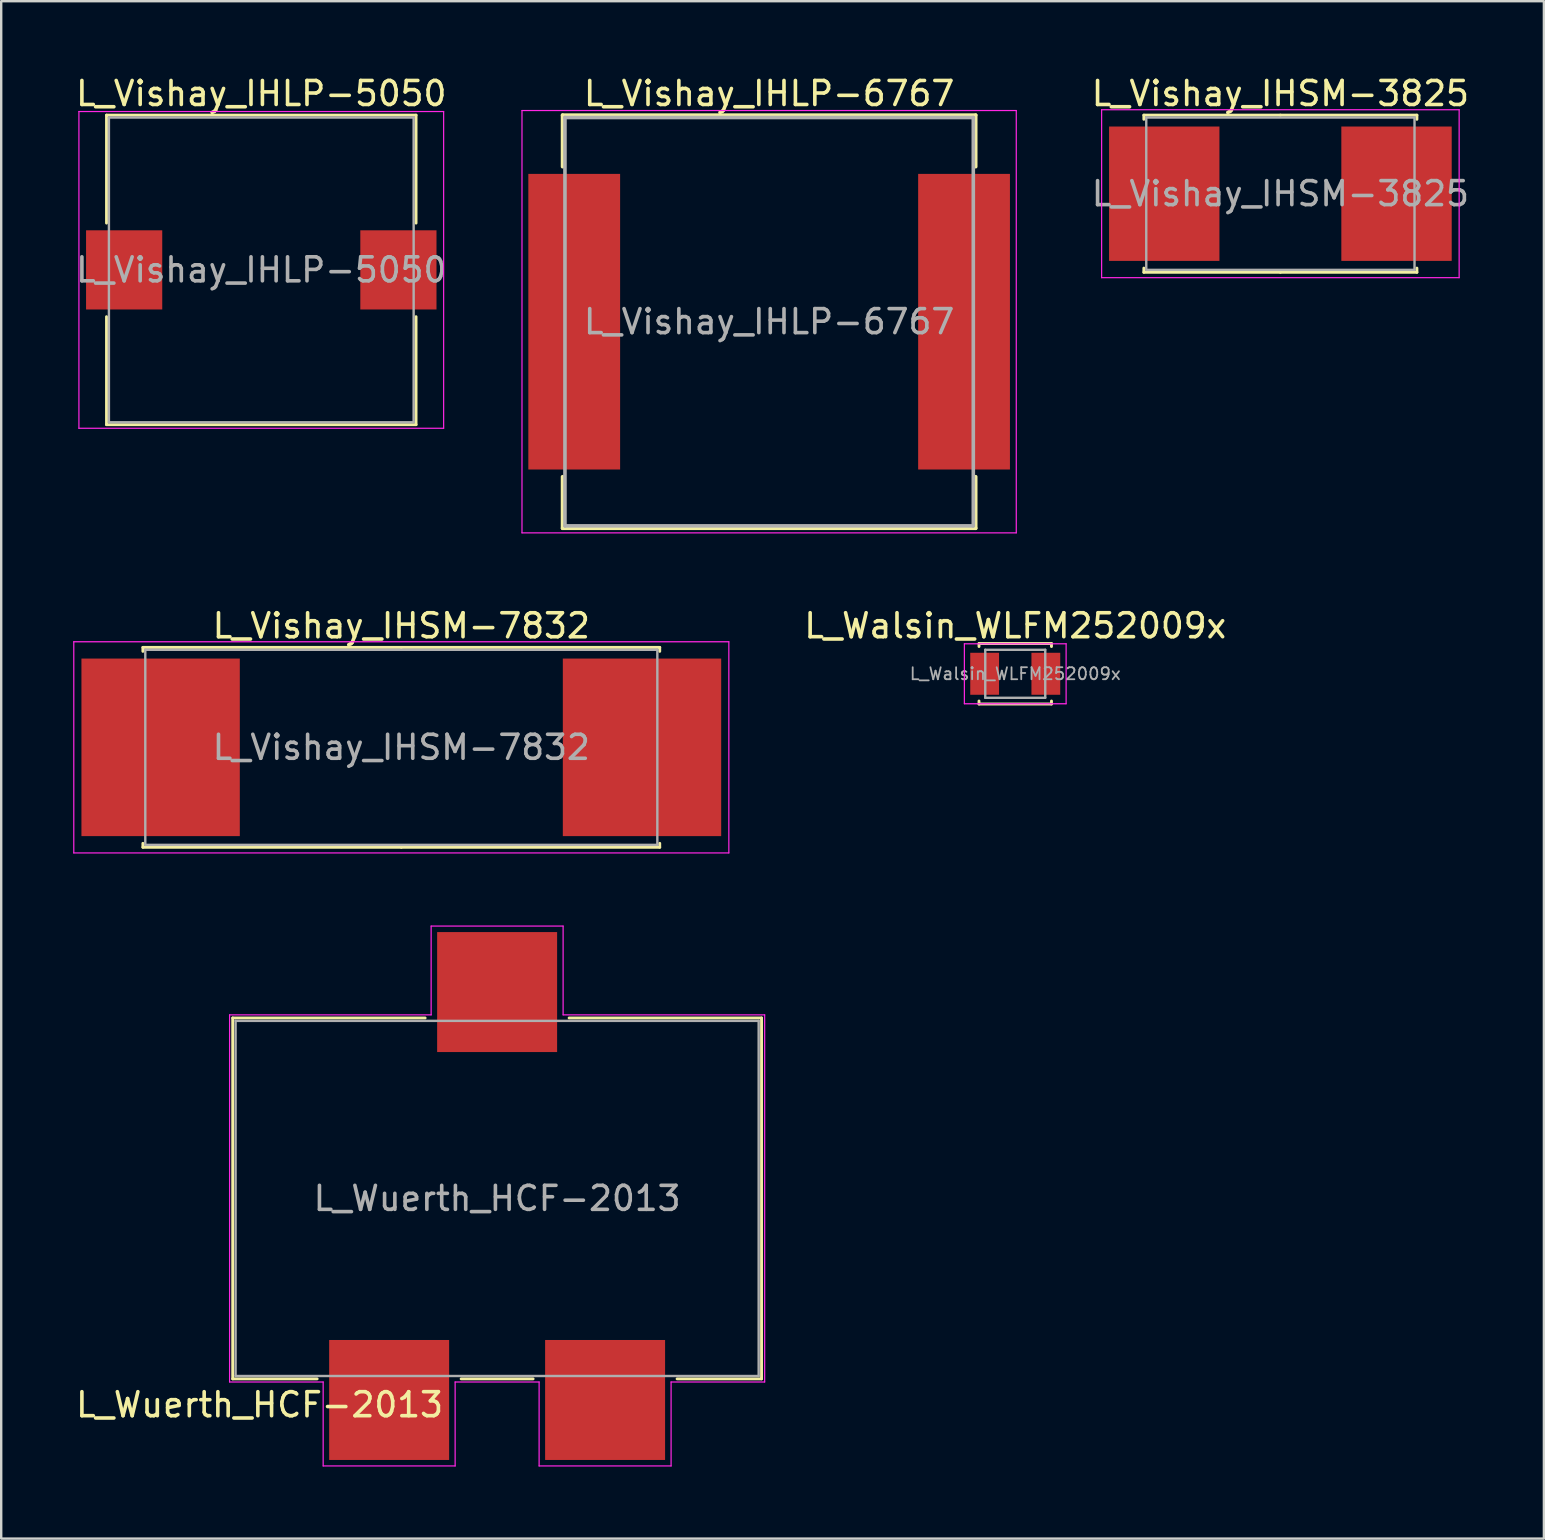
<source format=kicad_pcb>
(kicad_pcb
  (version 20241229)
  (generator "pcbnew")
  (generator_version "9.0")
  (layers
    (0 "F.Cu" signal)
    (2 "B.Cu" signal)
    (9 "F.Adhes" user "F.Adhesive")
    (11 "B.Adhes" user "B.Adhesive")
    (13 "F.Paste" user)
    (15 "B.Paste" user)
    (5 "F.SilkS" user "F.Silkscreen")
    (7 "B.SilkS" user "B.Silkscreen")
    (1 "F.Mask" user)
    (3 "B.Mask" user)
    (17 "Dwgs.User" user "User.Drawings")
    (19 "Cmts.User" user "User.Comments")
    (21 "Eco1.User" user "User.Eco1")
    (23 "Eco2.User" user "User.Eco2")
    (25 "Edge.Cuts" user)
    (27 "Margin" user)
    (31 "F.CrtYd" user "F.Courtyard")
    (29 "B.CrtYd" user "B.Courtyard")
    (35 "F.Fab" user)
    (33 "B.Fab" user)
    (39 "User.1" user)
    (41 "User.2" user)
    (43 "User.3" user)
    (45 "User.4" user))
  (footprint "L_Walsin_WLFM252009x"
    (layer "F.Cu")
    (at 39.261 25.03)
    (property "Reference" "L_Walsin_WLFM252009x" (at 0 -2 0) (layer "F.SilkS") (effects (font (size 1 1) (thickness 0.15))))
    (attr smd)
    (fp_line (start -1.51 -1.26) (end -1.51 -1.135) (stroke (width 0.12) (type solid)) (layer "F.SilkS"))
    (fp_line (start -1.51 -1.26) (end 1.51 -1.26) (stroke (width 0.12) (type solid)) (layer "F.SilkS"))
    (fp_line (start -1.51 1.26) (end -1.51 1.135) (stroke (width 0.12) (type solid)) (layer "F.SilkS"))
    (fp_line (start -1.51 1.26) (end 1.51 1.26) (stroke (width 0.12) (type solid)) (layer "F.SilkS"))
    (fp_line (start 1.51 -1.26) (end 1.51 -1.135) (stroke (width 0.12) (type solid)) (layer "F.SilkS"))
    (fp_line (start 1.51 1.26) (end 1.51 1.135) (stroke (width 0.12) (type solid)) (layer "F.SilkS"))
    (fp_line (start -2.12 -1.25) (end -2.12 1.25) (stroke (width 0.05) (type solid)) (layer "F.CrtYd"))
    (fp_line (start -2.12 1.25) (end 2.12 1.25) (stroke (width 0.05) (type solid)) (layer "F.CrtYd"))
    (fp_line (start 2.12 -1.25) (end -2.12 -1.25) (stroke (width 0.05) (type solid)) (layer "F.CrtYd"))
    (fp_line (start 2.12 1.25) (end 2.12 -1.25) (stroke (width 0.05) (type solid)) (layer "F.CrtYd"))
    (fp_line (start -1.25 -1) (end -1.25 1) (stroke (width 0.1) (type solid)) (layer "F.Fab"))
    (fp_line (start -1.25 1) (end 1.25 1) (stroke (width 0.1) (type solid)) (layer "F.Fab"))
    (fp_line (start 1.25 -1) (end -1.25 -1) (stroke (width 0.1) (type solid)) (layer "F.Fab"))
    (fp_line (start 1.25 1) (end 1.25 -1) (stroke (width 0.1) (type solid)) (layer "F.Fab"))
    (fp_text user "${REFERENCE}" (at 0 0 0) (layer "F.Fab") (effects (font (size 0.5 0.5) (thickness 0.075))))
    (pad "1" smd rect (at -1.275 0) (size 1.2 1.75) (layers "F.Cu" "F.Mask" "F.Paste"))
    (pad "2" smd rect (at 1.275 0) (size 1.2 1.75) (layers "F.Cu" "F.Mask" "F.Paste")))
  (footprint "L_Vishay_IHLP-5050"
    (layer "F.Cu")
    (at 7.839 8.198)
    (property "Reference" "L_Vishay_IHLP-5050" (at 0 -7.35 0) (layer "F.SilkS") (effects (font (size 1 1) (thickness 0.15))))
    (attr smd)
    (fp_line (start -6.45 -6.45) (end 6.45 -6.45) (stroke (width 0.12) (type solid)) (layer "F.SilkS"))
    (fp_line (start -6.45 -1.95) (end -6.45 -6.45) (stroke (width 0.12) (type solid)) (layer "F.SilkS"))
    (fp_line (start -6.45 1.95) (end -6.45 6.45) (stroke (width 0.12) (type solid)) (layer "F.SilkS"))
    (fp_line (start -6.45 6.45) (end 6.45 6.45) (stroke (width 0.12) (type solid)) (layer "F.SilkS"))
    (fp_line (start 6.45 -6.45) (end 6.45 -1.95) (stroke (width 0.12) (type solid)) (layer "F.SilkS"))
    (fp_line (start 6.45 6.45) (end 6.45 1.95) (stroke (width 0.12) (type solid)) (layer "F.SilkS"))
    (fp_line (start -7.6 -6.6) (end -7.6 6.6) (stroke (width 0.05) (type solid)) (layer "F.CrtYd"))
    (fp_line (start -7.6 6.6) (end 7.6 6.6) (stroke (width 0.05) (type solid)) (layer "F.CrtYd"))
    (fp_line (start 7.6 -6.6) (end -7.6 -6.6) (stroke (width 0.05) (type solid)) (layer "F.CrtYd"))
    (fp_line (start 7.6 6.6) (end 7.6 -6.6) (stroke (width 0.05) (type solid)) (layer "F.CrtYd"))
    (fp_line (start -6.35 -6.35) (end -6.35 6.35) (stroke (width 0.1) (type solid)) (layer "F.Fab"))
    (fp_line (start -6.35 6.35) (end 6.35 6.35) (stroke (width 0.1) (type solid)) (layer "F.Fab"))
    (fp_line (start 6.35 -6.35) (end -6.35 -6.35) (stroke (width 0.1) (type solid)) (layer "F.Fab"))
    (fp_line (start 6.35 6.35) (end 6.35 -6.35) (stroke (width 0.1) (type solid)) (layer "F.Fab"))
    (fp_text user "${REFERENCE}" (at 0 0 0) (layer "F.Fab") (effects (font (size 1 1) (thickness 0.15))))
    (pad "1" smd rect (at -5.715 0) (size 3.175 3.3) (layers "F.Cu" "F.Mask" "F.Paste"))
    (pad "2" smd rect (at 5.715 0) (size 3.175 3.3) (layers "F.Cu" "F.Mask" "F.Paste")))
  (footprint "L_Vishay_IHSM-7832"
    (layer "F.Cu")
    (at 13.675 28.096)
    (property "Reference" "L_Vishay_IHSM-7832" (at 0 -5.065 0) (layer "F.SilkS") (effects (font (size 1 1) (thickness 0.15))))
    (attr smd)
    (fp_line (start -10.77 -4.165) (end 0 -4.165) (stroke (width 0.12) (type solid)) (layer "F.SilkS"))
    (fp_line (start -10.77 -4) (end -10.77 -4.165) (stroke (width 0.12) (type solid)) (layer "F.SilkS"))
    (fp_line (start -10.77 4) (end -10.77 4.165) (stroke (width 0.12) (type solid)) (layer "F.SilkS"))
    (fp_line (start -10.77 4.165) (end 0 4.165) (stroke (width 0.12) (type solid)) (layer "F.SilkS"))
    (fp_line (start 10.77 -4.165) (end 0 -4.165) (stroke (width 0.12) (type solid)) (layer "F.SilkS"))
    (fp_line (start 10.77 -4) (end 10.77 -4.165) (stroke (width 0.12) (type solid)) (layer "F.SilkS"))
    (fp_line (start 10.77 4) (end 10.77 4.165) (stroke (width 0.12) (type solid)) (layer "F.SilkS"))
    (fp_line (start 10.77 4.165) (end 0 4.165) (stroke (width 0.12) (type solid)) (layer "F.SilkS"))
    (fp_line (start -13.65 -4.4) (end -13.65 4.4) (stroke (width 0.05) (type solid)) (layer "F.CrtYd"))
    (fp_line (start -13.65 4.4) (end 13.65 4.4) (stroke (width 0.05) (type solid)) (layer "F.CrtYd"))
    (fp_line (start 13.65 -4.4) (end -13.65 -4.4) (stroke (width 0.05) (type solid)) (layer "F.CrtYd"))
    (fp_line (start 13.65 4.4) (end 13.65 -4.4) (stroke (width 0.05) (type solid)) (layer "F.CrtYd"))
    (fp_line (start -10.67 -4.065) (end -10.67 4.065) (stroke (width 0.1) (type solid)) (layer "F.Fab"))
    (fp_line (start -10.67 4.065) (end 10.67 4.065) (stroke (width 0.1) (type solid)) (layer "F.Fab"))
    (fp_line (start 10.67 -4.065) (end -10.67 -4.065) (stroke (width 0.1) (type solid)) (layer "F.Fab"))
    (fp_line (start 10.67 4.065) (end 10.67 -4.065) (stroke (width 0.1) (type solid)) (layer "F.Fab"))
    (fp_text user "${REFERENCE}" (at 0 0 0) (layer "F.Fab") (effects (font (size 1 1) (thickness 0.15))))
    (pad "1" smd rect (at -10.031 0) (size 6.6 7.4) (layers "F.Cu" "F.Mask" "F.Paste"))
    (pad "2" smd rect (at 10.031 0) (size 6.6 7.4) (layers "F.Cu" "F.Mask" "F.Paste")))
  (footprint "L_Wuerth_HCF-2013"
    (layer "F.Cu")
    (at 17.668 46.895)
    (property "Reference" "L_Wuerth_HCF-2013" (at -9.9 8.6 0) (layer "F.SilkS") (effects (font (size 1 1) (thickness 0.15))))
    (attr smd)
    (fp_line (start -11.02 -7.52) (end -3 -7.52) (stroke (width 0.12) (type solid)) (layer "F.SilkS"))
    (fp_line (start -11.02 7.52) (end -11.02 -7.52) (stroke (width 0.12) (type solid)) (layer "F.SilkS"))
    (fp_line (start -7.5 7.52) (end -11.02 7.52) (stroke (width 0.12) (type solid)) (layer "F.SilkS"))
    (fp_line (start 1.5 7.52) (end -1.5 7.52) (stroke (width 0.12) (type solid)) (layer "F.SilkS"))
    (fp_line (start 3 -7.52) (end 11.02 -7.52) (stroke (width 0.12) (type solid)) (layer "F.SilkS"))
    (fp_line (start 11.02 -7.52) (end 11.02 7.52) (stroke (width 0.12) (type solid)) (layer "F.SilkS"))
    (fp_line (start 11.02 7.52) (end 7.5 7.52) (stroke (width 0.12) (type solid)) (layer "F.SilkS"))
    (fp_line (start -11.15 -7.65) (end -2.75 -7.65) (stroke (width 0.05) (type solid)) (layer "F.CrtYd"))
    (fp_line (start -11.15 7.65) (end -11.15 -7.65) (stroke (width 0.05) (type solid)) (layer "F.CrtYd"))
    (fp_line (start -7.25 7.65) (end -11.15 7.65) (stroke (width 0.05) (type solid)) (layer "F.CrtYd"))
    (fp_line (start -7.25 11.15) (end -7.25 7.65) (stroke (width 0.05) (type solid)) (layer "F.CrtYd"))
    (fp_line (start -2.75 -11.35) (end 2.75 -11.35) (stroke (width 0.05) (type solid)) (layer "F.CrtYd"))
    (fp_line (start -2.75 -7.65) (end -2.75 -11.35) (stroke (width 0.05) (type solid)) (layer "F.CrtYd"))
    (fp_line (start -1.75 7.65) (end -1.75 11.15) (stroke (width 0.05) (type solid)) (layer "F.CrtYd"))
    (fp_line (start -1.75 11.15) (end -7.25 11.15) (stroke (width 0.05) (type solid)) (layer "F.CrtYd"))
    (fp_line (start 1.75 7.65) (end -1.75 7.65) (stroke (width 0.05) (type solid)) (layer "F.CrtYd"))
    (fp_line (start 1.75 11.15) (end 1.75 7.65) (stroke (width 0.05) (type solid)) (layer "F.CrtYd"))
    (fp_line (start 2.75 -11.35) (end 2.75 -7.65) (stroke (width 0.05) (type solid)) (layer "F.CrtYd"))
    (fp_line (start 2.75 -7.65) (end 11.15 -7.65) (stroke (width 0.05) (type solid)) (layer "F.CrtYd"))
    (fp_line (start 7.25 7.65) (end 7.25 11.15) (stroke (width 0.05) (type solid)) (layer "F.CrtYd"))
    (fp_line (start 7.25 11.15) (end 1.75 11.15) (stroke (width 0.05) (type solid)) (layer "F.CrtYd"))
    (fp_line (start 11.15 -7.65) (end 11.15 7.65) (stroke (width 0.05) (type solid)) (layer "F.CrtYd"))
    (fp_line (start 11.15 7.65) (end 7.25 7.65) (stroke (width 0.05) (type solid)) (layer "F.CrtYd"))
    (fp_line (start -10.9 -7.4) (end 10.9 -7.4) (stroke (width 0.1) (type solid)) (layer "F.Fab"))
    (fp_line (start -10.9 7.4) (end -10.9 -7.4) (stroke (width 0.1) (type solid)) (layer "F.Fab"))
    (fp_line (start 10.9 -7.4) (end 10.9 7.4) (stroke (width 0.1) (type solid)) (layer "F.Fab"))
    (fp_line (start 10.9 7.4) (end -10.9 7.4) (stroke (width 0.1) (type solid)) (layer "F.Fab"))
    (fp_text user "${REFERENCE}" (at 0 0 0) (layer "F.Fab") (effects (font (size 1 1) (thickness 0.15))))
    (pad "" smd rect (at 0 -8.6) (size 5 5) (layers "F.Cu" "F.Mask" "F.Paste"))
    (pad "1" smd rect (at -4.5 8.4) (size 5 5) (layers "F.Cu" "F.Mask" "F.Paste"))
    (pad "2" smd rect (at 4.5 8.4) (size 5 5) (layers "F.Cu" "F.Mask" "F.Paste")))
  (footprint "L_Vishay_IHSM-3825"
    (layer "F.Cu")
    (at 50.311 5.023)
    (property "Reference" "L_Vishay_IHSM-3825" (at 0 -4.175 0) (layer "F.SilkS") (effects (font (size 1 1) (thickness 0.15))))
    (attr smd)
    (fp_line (start -5.69 -3.275) (end 0 -3.275) (stroke (width 0.12) (type solid)) (layer "F.SilkS"))
    (fp_line (start -5.69 -3.1) (end -5.69 -3.275) (stroke (width 0.12) (type solid)) (layer "F.SilkS"))
    (fp_line (start -5.69 3.1) (end -5.69 3.275) (stroke (width 0.12) (type solid)) (layer "F.SilkS"))
    (fp_line (start -5.69 3.275) (end 0 3.275) (stroke (width 0.12) (type solid)) (layer "F.SilkS"))
    (fp_line (start 5.69 -3.275) (end 0 -3.275) (stroke (width 0.12) (type solid)) (layer "F.SilkS"))
    (fp_line (start 5.69 -3.1) (end 5.69 -3.275) (stroke (width 0.12) (type solid)) (layer "F.SilkS"))
    (fp_line (start 5.69 3.1) (end 5.69 3.275) (stroke (width 0.12) (type solid)) (layer "F.SilkS"))
    (fp_line (start 5.69 3.275) (end 0 3.275) (stroke (width 0.12) (type solid)) (layer "F.SilkS"))
    (fp_line (start -7.45 -3.5) (end -7.45 3.5) (stroke (width 0.05) (type solid)) (layer "F.CrtYd"))
    (fp_line (start -7.45 3.5) (end 7.45 3.5) (stroke (width 0.05) (type solid)) (layer "F.CrtYd"))
    (fp_line (start 7.45 -3.5) (end -7.45 -3.5) (stroke (width 0.05) (type solid)) (layer "F.CrtYd"))
    (fp_line (start 7.45 3.5) (end 7.45 -3.5) (stroke (width 0.05) (type solid)) (layer "F.CrtYd"))
    (fp_line (start -5.59 -3.175) (end -5.59 3.175) (stroke (width 0.1) (type solid)) (layer "F.Fab"))
    (fp_line (start -5.59 3.175) (end 5.59 3.175) (stroke (width 0.1) (type solid)) (layer "F.Fab"))
    (fp_line (start 5.59 -3.175) (end -5.59 -3.175) (stroke (width 0.1) (type solid)) (layer "F.Fab"))
    (fp_line (start 5.59 3.175) (end 5.59 -3.175) (stroke (width 0.1) (type solid)) (layer "F.Fab"))
    (fp_text user "${REFERENCE}" (at 0 0 0) (layer "F.Fab") (effects (font (size 1 1) (thickness 0.15))))
    (pad "1" smd rect (at -4.84 0) (size 4.6 5.6) (layers "F.Cu" "F.Mask" "F.Paste"))
    (pad "2" smd rect (at 4.84 0) (size 4.6 5.6) (layers "F.Cu" "F.Mask" "F.Paste")))
  (footprint "L_Vishay_IHLP-6767"
    (layer "F.Cu")
    (at 29.004 10.357)
    (property "Reference" "L_Vishay_IHLP-6767" (at 0 -9.509 0) (layer "F.SilkS") (effects (font (size 1 1) (thickness 0.15))))
    (attr smd)
    (fp_line (start -8.609 -8.609) (end 8.609 -8.609) (stroke (width 0.15) (type solid)) (layer "F.SilkS"))
    (fp_line (start -8.609 -6.46) (end -8.609 -8.609) (stroke (width 0.15) (type solid)) (layer "F.SilkS"))
    (fp_line (start -8.609 6.46) (end -8.609 8.609) (stroke (width 0.15) (type solid)) (layer "F.SilkS"))
    (fp_line (start -8.609 8.609) (end 8.609 8.609) (stroke (width 0.15) (type solid)) (layer "F.SilkS"))
    (fp_line (start 8.609 -8.609) (end 8.609 -6.46) (stroke (width 0.15) (type solid)) (layer "F.SilkS"))
    (fp_line (start 8.609 8.609) (end 8.609 6.46) (stroke (width 0.15) (type solid)) (layer "F.SilkS"))
    (fp_line (start -10.3 -8.8) (end -10.3 8.8) (stroke (width 0.05) (type solid)) (layer "F.CrtYd"))
    (fp_line (start -10.3 8.8) (end 10.3 8.8) (stroke (width 0.05) (type solid)) (layer "F.CrtYd"))
    (fp_line (start 10.3 -8.8) (end -10.3 -8.8) (stroke (width 0.05) (type solid)) (layer "F.CrtYd"))
    (fp_line (start 10.3 8.8) (end 10.3 -8.8) (stroke (width 0.05) (type solid)) (layer "F.CrtYd"))
    (fp_line (start -8.509 -8.509) (end -8.509 8.509) (stroke (width 0.15) (type solid)) (layer "F.Fab"))
    (fp_line (start -8.509 8.509) (end 8.509 8.509) (stroke (width 0.15) (type solid)) (layer "F.Fab"))
    (fp_line (start 8.509 -8.509) (end -8.509 -8.509) (stroke (width 0.15) (type solid)) (layer "F.Fab"))
    (fp_line (start 8.509 8.509) (end 8.509 -8.509) (stroke (width 0.15) (type solid)) (layer "F.Fab"))
    (fp_text user "${REFERENCE}" (at 0 0 0) (layer "F.Fab") (effects (font (size 1 1) (thickness 0.15))))
    (pad "1" smd rect (at -8.123 0) (size 3.825 12.32) (layers "F.Cu" "F.Mask" "F.Paste"))
    (pad "2" smd rect (at 8.123 0) (size 3.825 12.32) (layers "F.Cu" "F.Mask" "F.Paste")))
  (gr_rect
    (start -3 -3)
    (end 61.293 61.071)
    (stroke (width 0.1) (type default))
    (fill no)
    (layer "Edge.Cuts")))
</source>
